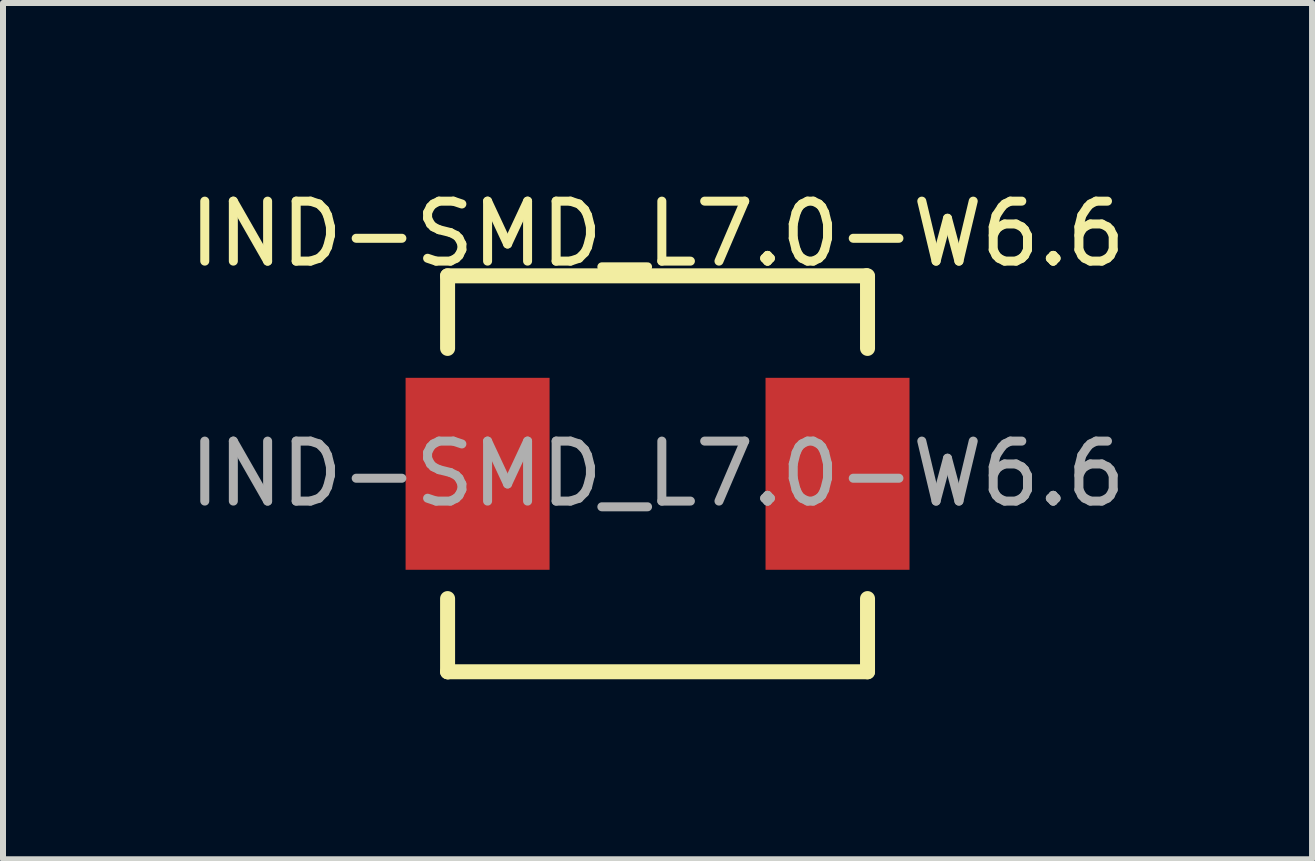
<source format=kicad_pcb>
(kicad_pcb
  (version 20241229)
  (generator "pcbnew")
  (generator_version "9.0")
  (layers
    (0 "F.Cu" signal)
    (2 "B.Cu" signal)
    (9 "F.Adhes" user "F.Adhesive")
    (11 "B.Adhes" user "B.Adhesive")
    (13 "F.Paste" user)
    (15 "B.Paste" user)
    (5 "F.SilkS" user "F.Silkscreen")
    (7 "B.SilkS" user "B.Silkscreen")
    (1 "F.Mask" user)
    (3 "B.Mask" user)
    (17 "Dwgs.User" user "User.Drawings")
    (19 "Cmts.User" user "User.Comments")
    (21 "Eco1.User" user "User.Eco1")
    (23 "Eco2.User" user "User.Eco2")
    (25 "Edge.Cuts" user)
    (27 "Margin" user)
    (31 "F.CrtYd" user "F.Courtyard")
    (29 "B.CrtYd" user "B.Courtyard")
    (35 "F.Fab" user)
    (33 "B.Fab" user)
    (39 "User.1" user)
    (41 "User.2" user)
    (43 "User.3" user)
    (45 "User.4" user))
  (footprint "IND-SMD_L7.0-W6.6"
    (layer "F.Cu")
    (at 7.911 4.848)
    (property "Reference" "IND-SMD_L7.0-W6.6" (at 0 -4 0) (layer "F.SilkS") (effects (font (size 1 1) (thickness 0.15))))
    (attr smd)
    (fp_line (start -3.5 -3.3) (end 3.48 -3.3) (stroke (width 0.25) (type solid)) (layer "F.SilkS"))
    (fp_line (start -3.5 -2.09) (end -3.5 -3.3) (stroke (width 0.25) (type solid)) (layer "F.SilkS"))
    (fp_line (start -3.5 3.3) (end -3.5 2.08) (stroke (width 0.25) (type solid)) (layer "F.SilkS"))
    (fp_line (start -3.49 3.3) (end -3.5 3.3) (stroke (width 0.25) (type solid)) (layer "F.SilkS"))
    (fp_line (start 3.48 -3.3) (end 3.5 -3.28) (stroke (width 0.25) (type solid)) (layer "F.SilkS"))
    (fp_line (start 3.5 -3.3) (end 3.5 -2.09) (stroke (width 0.25) (type solid)) (layer "F.SilkS"))
    (fp_line (start 3.5 2.08) (end 3.5 3.3) (stroke (width 0.25) (type solid)) (layer "F.SilkS"))
    (fp_line (start 3.5 3.3) (end -3.49 3.3) (stroke (width 0.25) (type solid)) (layer "F.SilkS"))
    (fp_circle (center -3.5 3.3) (end -3.47 3.3) (stroke (width 0.06) (type solid)) (fill no) (layer "F.SilkS"))
    (fp_text user "${REFERENCE}" (at 0 0 0) (layer "F.Fab") (effects (font (size 1 1) (thickness 0.15))))
    (pad "1" smd rect (at -3 0) (size 2.4 3.2) (layers "F.Cu" "F.Mask" "F.Paste"))
    (pad "2" smd rect (at 3 0) (size 2.4 3.2) (layers "F.Cu" "F.Mask" "F.Paste")))
  (gr_rect
    (start -3 -3)
    (end 18.821 11.273)
    (stroke (width 0.1) (type default))
    (fill no)
    (layer "Edge.Cuts")))
</source>
